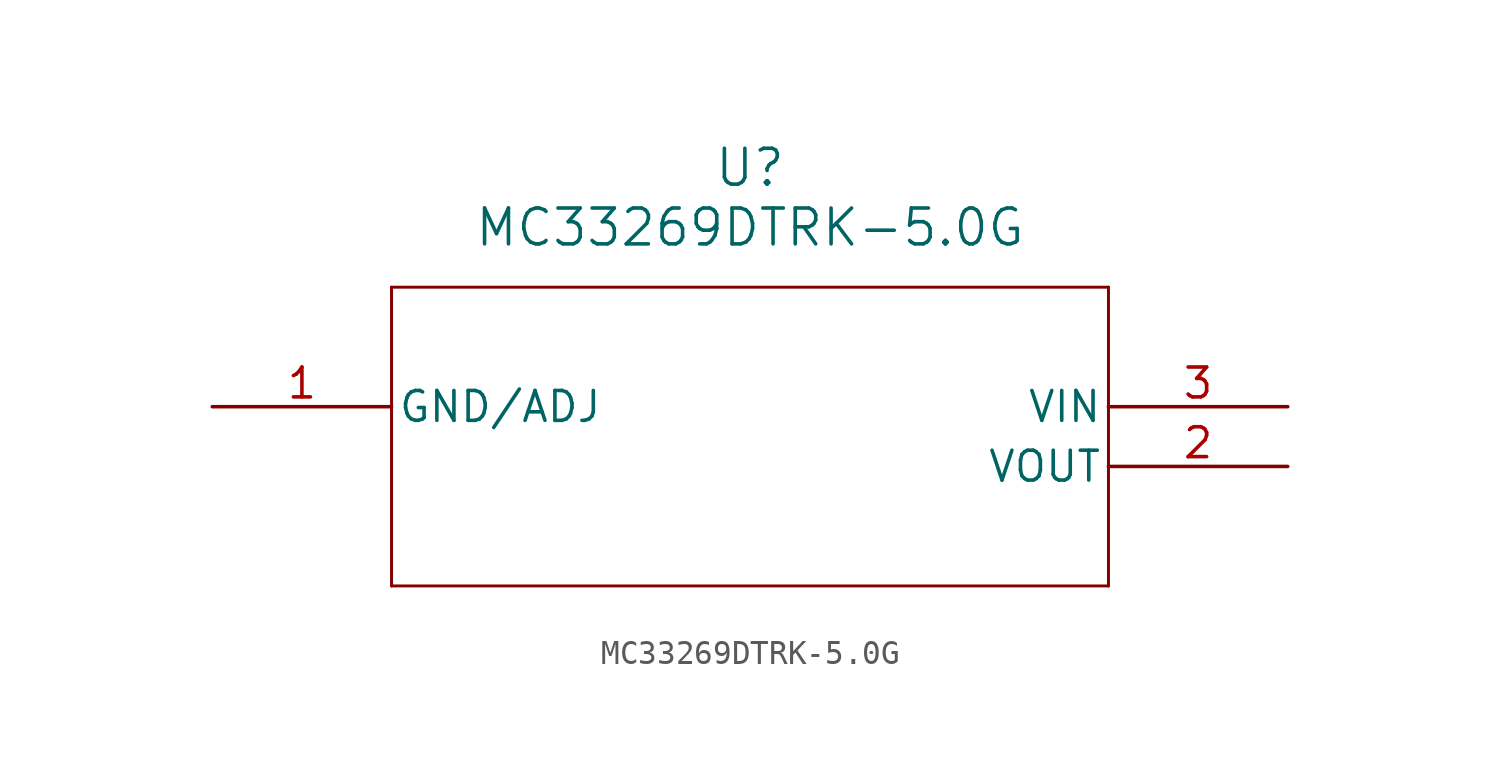
<source format=kicad_sym>
(kicad_symbol_lib
  (version 20241209)
  (generator "kicad_symbol_editor")
  (generator_version "9.0")
  (symbol "MC33269DTRK-5.0G"
    (pin_names
      (offset 0.254))
    (property "Reference" "U"
      (at 22.86 10.16 0)
      (effects (font (size 1.524 1.524))))
    (property "Value" "MC33269DTRK-5.0G"
      (at 22.86 7.62 0)
      (effects (font (size 1.524 1.524))))
    (symbol "MC33269DTRK-5.0G_0_1"
      (polyline (pts (xy 7.62 5.08) (xy 7.62 -7.62)) (stroke (width 0.127) (type default)) (fill (type none)))
      (polyline (pts (xy 7.62 -7.62) (xy 38.1 -7.62)) (stroke (width 0.127) (type default)) (fill (type none)))
      (polyline (pts (xy 38.1 5.08) (xy 7.62 5.08)) (stroke (width 0.127) (type default)) (fill (type none)))
      (polyline (pts (xy 38.1 -7.62) (xy 38.1 5.08)) (stroke (width 0.127) (type default)) (fill (type none)))
      (pin bidirectional line (at 0 0 0) (length 7.62) (name "GND/ADJ" (effects (font (size 1.27 1.27)))) (number "1" (effects (font (size 1.27 1.27)))))
      (pin input line (at 45.72 0 180) (length 7.62) (name "VIN" (effects (font (size 1.27 1.27)))) (number "3" (effects (font (size 1.27 1.27)))))
      (pin output line (at 45.72 -2.54 180) (length 7.62) (name "VOUT" (effects (font (size 1.27 1.27)))) (number "2" (effects (font (size 1.27 1.27))))))))
</source>
